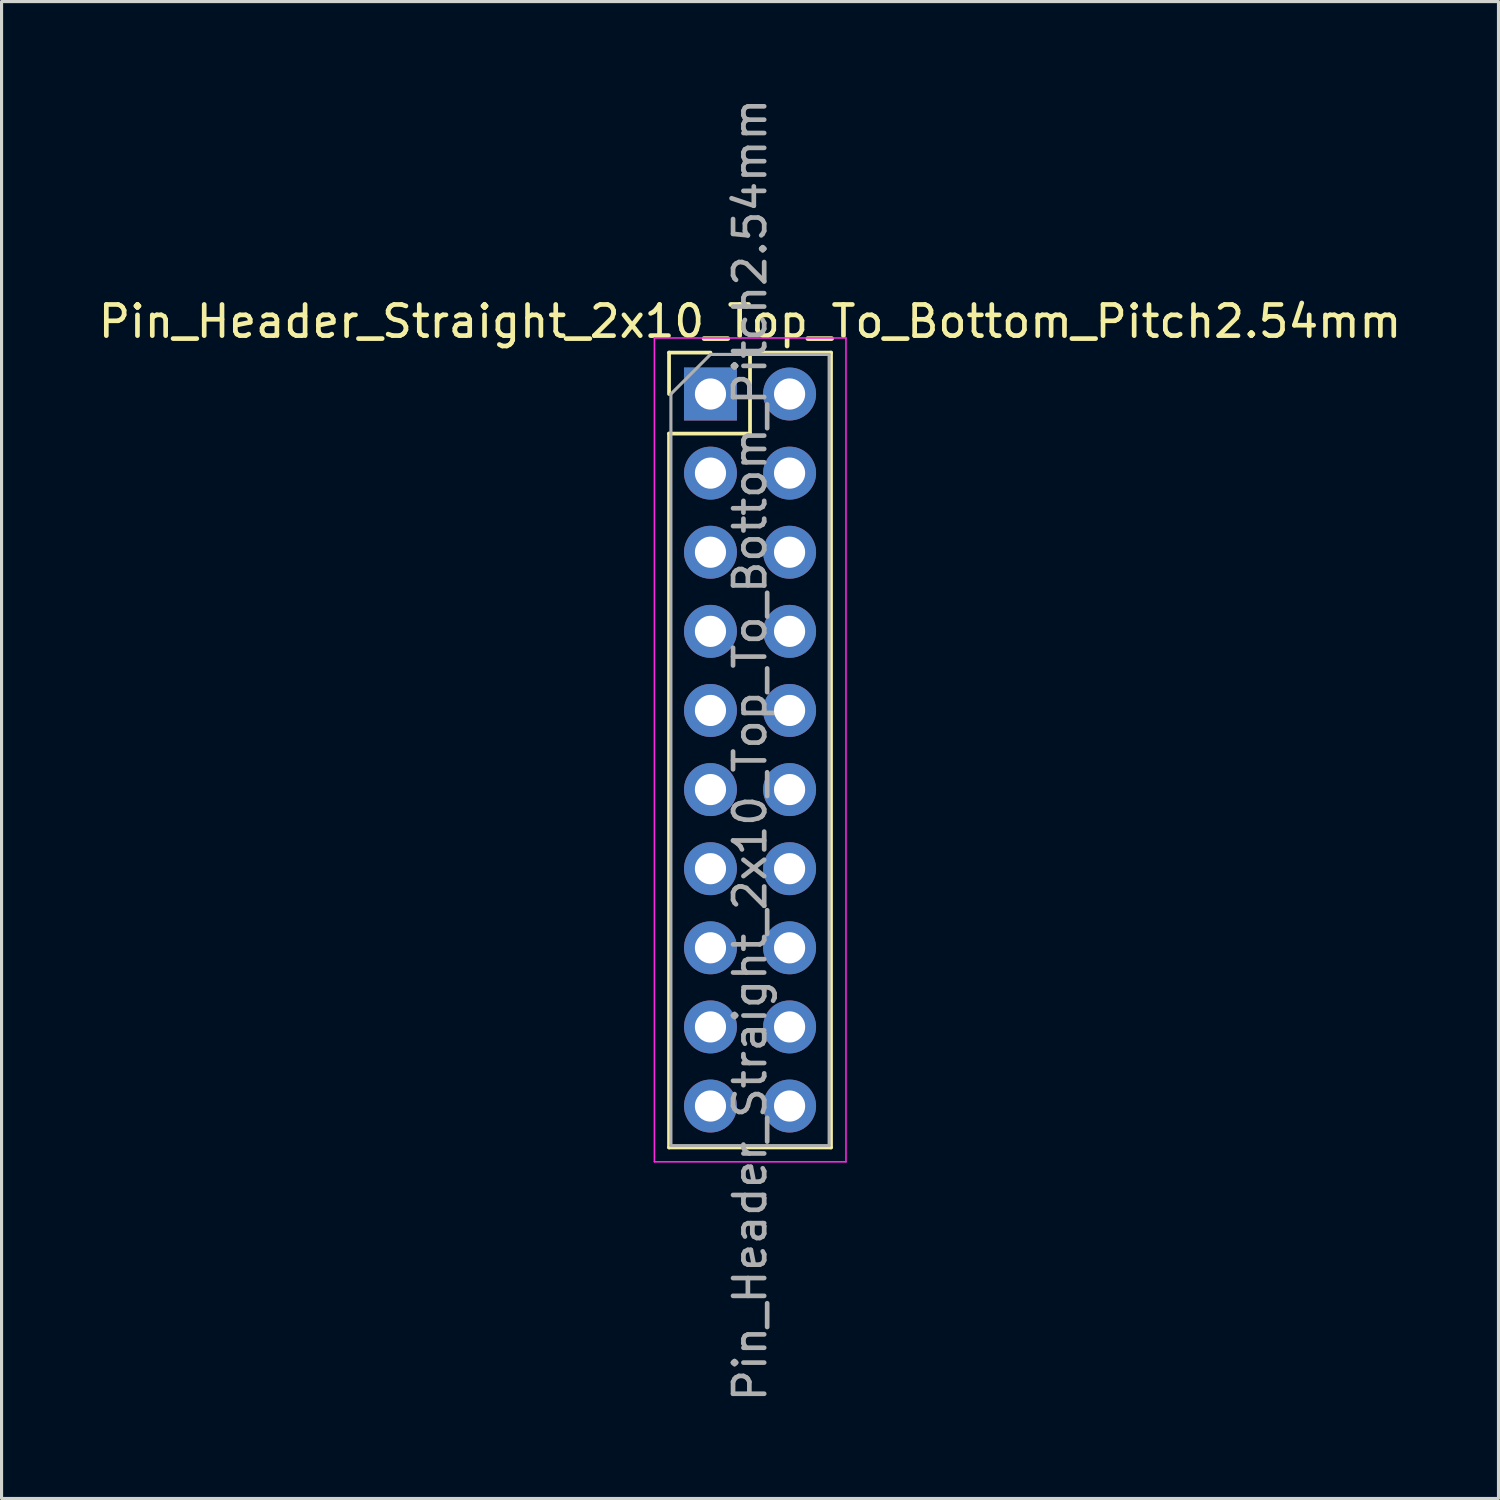
<source format=kicad_pcb>
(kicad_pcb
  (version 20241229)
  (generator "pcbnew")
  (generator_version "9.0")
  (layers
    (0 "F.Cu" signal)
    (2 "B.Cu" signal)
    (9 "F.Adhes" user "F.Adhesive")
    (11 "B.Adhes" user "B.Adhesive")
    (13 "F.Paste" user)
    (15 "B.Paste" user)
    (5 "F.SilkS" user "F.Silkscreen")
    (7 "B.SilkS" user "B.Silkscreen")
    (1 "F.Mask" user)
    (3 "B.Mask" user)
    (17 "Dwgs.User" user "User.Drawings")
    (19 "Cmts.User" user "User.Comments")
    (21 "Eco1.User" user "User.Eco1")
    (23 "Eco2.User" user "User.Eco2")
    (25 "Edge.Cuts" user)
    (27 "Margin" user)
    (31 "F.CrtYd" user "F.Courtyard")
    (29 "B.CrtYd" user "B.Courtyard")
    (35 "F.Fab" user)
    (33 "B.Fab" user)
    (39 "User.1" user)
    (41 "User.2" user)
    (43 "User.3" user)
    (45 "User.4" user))
  (footprint "Pin_Header_Straight_2x10_Top_To_Bottom_Pitch2.54mm"
    (layer "F.Cu")
    (at 19.76 9.6)
    (property "Reference" "Pin_Header_Straight_2x10_Top_To_Bottom_Pitch2.54mm" (at 1.27 -2.33 0) (layer "F.SilkS") (effects (font (size 1 1) (thickness 0.15))))
    (attr through_hole)
    (fp_line (start -1.33 -1.33) (end 0 -1.33) (stroke (width 0.12) (type solid)) (layer "F.SilkS"))
    (fp_line (start -1.33 0) (end -1.33 -1.33) (stroke (width 0.12) (type solid)) (layer "F.SilkS"))
    (fp_line (start -1.33 1.27) (end -1.33 24.19) (stroke (width 0.12) (type solid)) (layer "F.SilkS"))
    (fp_line (start -1.33 1.27) (end 1.27 1.27) (stroke (width 0.12) (type solid)) (layer "F.SilkS"))
    (fp_line (start -1.33 24.19) (end 3.87 24.19) (stroke (width 0.12) (type solid)) (layer "F.SilkS"))
    (fp_line (start 1.27 -1.33) (end 3.87 -1.33) (stroke (width 0.12) (type solid)) (layer "F.SilkS"))
    (fp_line (start 1.27 1.27) (end 1.27 -1.33) (stroke (width 0.12) (type solid)) (layer "F.SilkS"))
    (fp_line (start 3.87 -1.33) (end 3.87 24.19) (stroke (width 0.12) (type solid)) (layer "F.SilkS"))
    (fp_line (start -1.8 -1.8) (end -1.8 24.65) (stroke (width 0.05) (type solid)) (layer "F.CrtYd"))
    (fp_line (start -1.8 24.65) (end 4.35 24.65) (stroke (width 0.05) (type solid)) (layer "F.CrtYd"))
    (fp_line (start 4.35 -1.8) (end -1.8 -1.8) (stroke (width 0.05) (type solid)) (layer "F.CrtYd"))
    (fp_line (start 4.35 24.65) (end 4.35 -1.8) (stroke (width 0.05) (type solid)) (layer "F.CrtYd"))
    (fp_line (start -1.27 0) (end 0 -1.27) (stroke (width 0.1) (type solid)) (layer "F.Fab"))
    (fp_line (start -1.27 24.13) (end -1.27 0) (stroke (width 0.1) (type solid)) (layer "F.Fab"))
    (fp_line (start 0 -1.27) (end 3.81 -1.27) (stroke (width 0.1) (type solid)) (layer "F.Fab"))
    (fp_line (start 3.81 -1.27) (end 3.81 24.13) (stroke (width 0.1) (type solid)) (layer "F.Fab"))
    (fp_line (start 3.81 24.13) (end -1.27 24.13) (stroke (width 0.1) (type solid)) (layer "F.Fab"))
    (fp_text user "${REFERENCE}" (at 1.27 11.43 90) (layer "F.Fab") (effects (font (size 1 1) (thickness 0.15))))
    (pad "1" thru_hole rect (at 0 0) (size 1.7 1.7) (drill 1) (layers "*.Cu" "*.Mask"))
    (pad "2" thru_hole oval (at 0 2.54) (size 1.7 1.7) (drill 1) (layers "*.Cu" "*.Mask"))
    (pad "3" thru_hole oval (at 0 5.08) (size 1.7 1.7) (drill 1) (layers "*.Cu" "*.Mask"))
    (pad "4" thru_hole oval (at 0 7.62) (size 1.7 1.7) (drill 1) (layers "*.Cu" "*.Mask"))
    (pad "5" thru_hole oval (at 0 10.16) (size 1.7 1.7) (drill 1) (layers "*.Cu" "*.Mask"))
    (pad "6" thru_hole oval (at 0 12.7) (size 1.7 1.7) (drill 1) (layers "*.Cu" "*.Mask"))
    (pad "7" thru_hole oval (at 0 15.24) (size 1.7 1.7) (drill 1) (layers "*.Cu" "*.Mask"))
    (pad "8" thru_hole oval (at 0 17.78) (size 1.7 1.7) (drill 1) (layers "*.Cu" "*.Mask"))
    (pad "9" thru_hole oval (at 0 20.32) (size 1.7 1.7) (drill 1) (layers "*.Cu" "*.Mask"))
    (pad "10" thru_hole oval (at 0 22.86) (size 1.7 1.7) (drill 1) (layers "*.Cu" "*.Mask"))
    (pad "11" thru_hole oval (at 2.54 0) (size 1.7 1.7) (drill 1) (layers "*.Cu" "*.Mask"))
    (pad "12" thru_hole oval (at 2.54 2.54) (size 1.7 1.7) (drill 1) (layers "*.Cu" "*.Mask"))
    (pad "13" thru_hole oval (at 2.54 5.08) (size 1.7 1.7) (drill 1) (layers "*.Cu" "*.Mask"))
    (pad "14" thru_hole oval (at 2.54 7.62) (size 1.7 1.7) (drill 1) (layers "*.Cu" "*.Mask"))
    (pad "15" thru_hole oval (at 2.54 10.16) (size 1.7 1.7) (drill 1) (layers "*.Cu" "*.Mask"))
    (pad "16" thru_hole oval (at 2.54 12.7) (size 1.7 1.7) (drill 1) (layers "*.Cu" "*.Mask"))
    (pad "17" thru_hole oval (at 2.54 15.24) (size 1.7 1.7) (drill 1) (layers "*.Cu" "*.Mask"))
    (pad "18" thru_hole oval (at 2.54 17.78) (size 1.7 1.7) (drill 1) (layers "*.Cu" "*.Mask"))
    (pad "19" thru_hole oval (at 2.54 20.32) (size 1.7 1.7) (drill 1) (layers "*.Cu" "*.Mask"))
    (pad "20" thru_hole oval (at 2.54 22.86) (size 1.7 1.7) (drill 1) (layers "*.Cu" "*.Mask")))
  (gr_rect
    (start -3 -3)
    (end 45.06 45.06)
    (stroke (width 0.1) (type default))
    (fill no)
    (layer "Edge.Cuts")))
</source>
